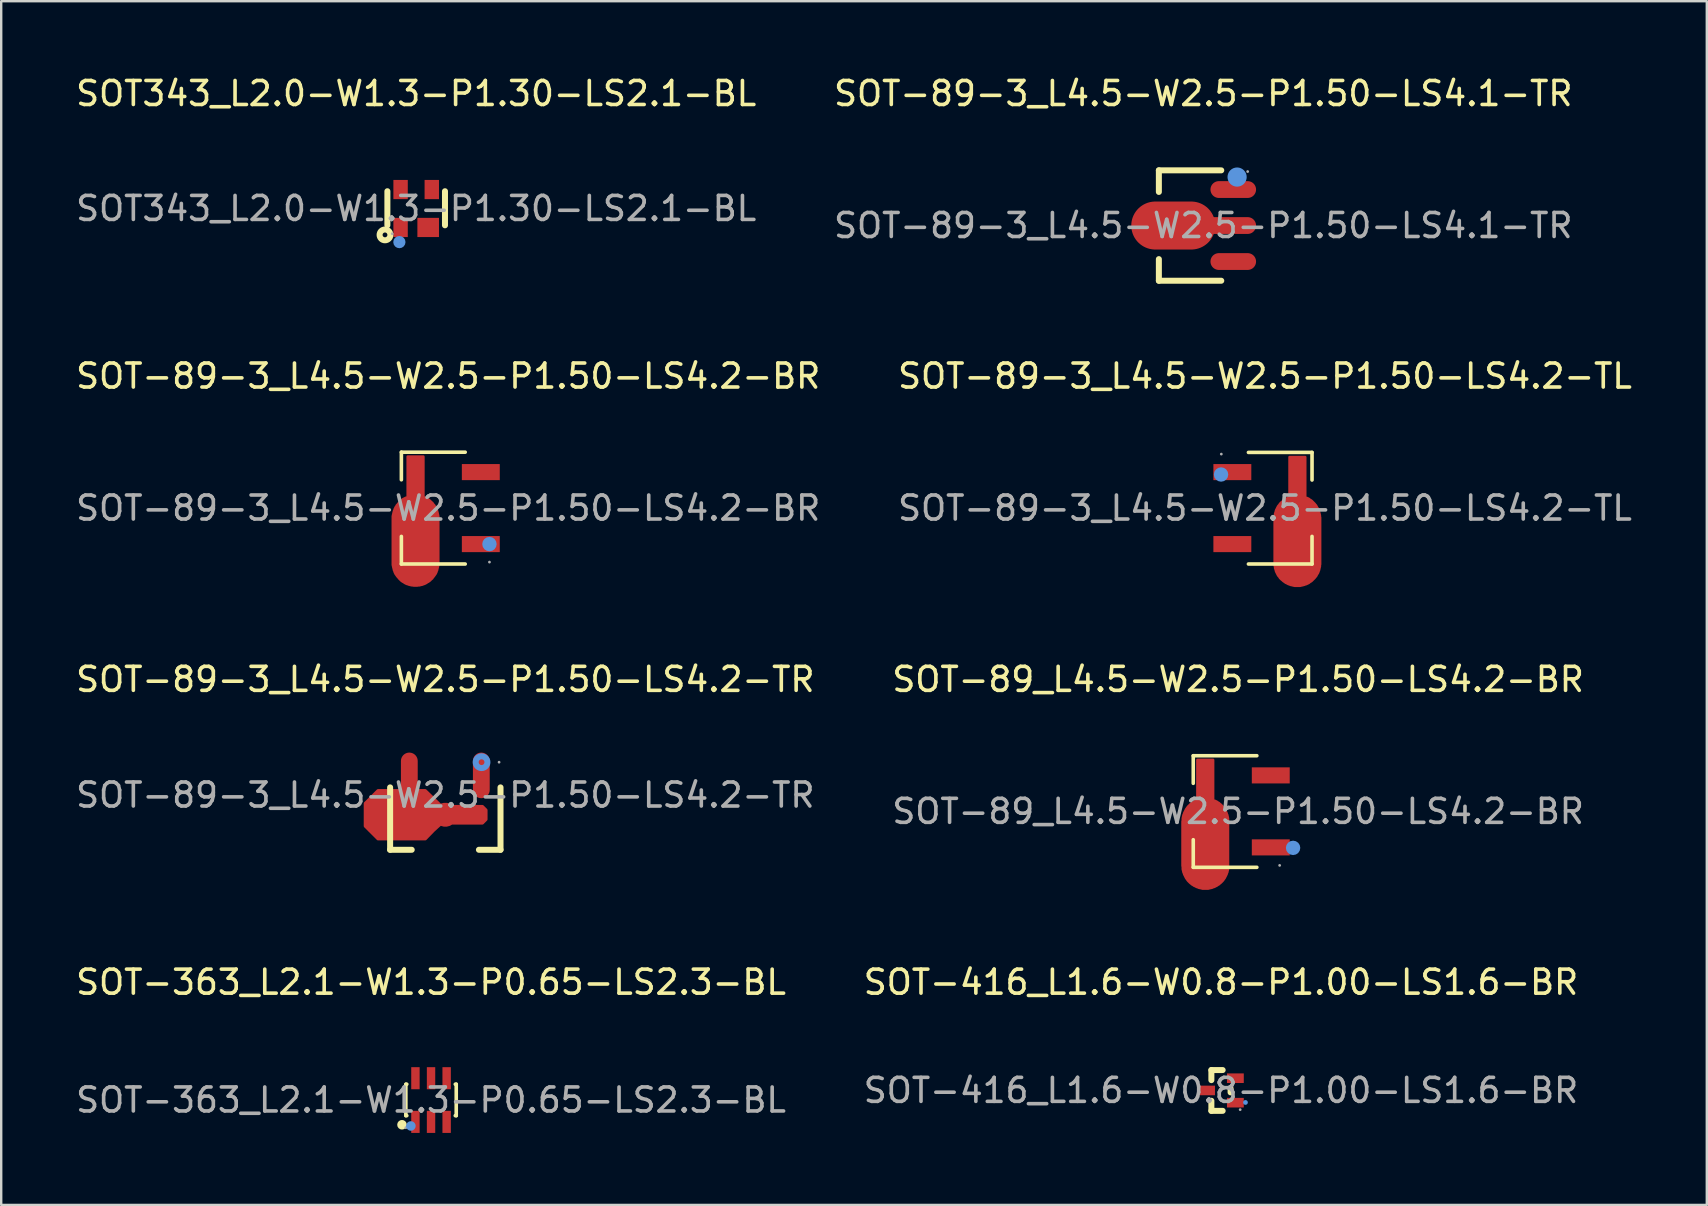
<source format=kicad_pcb>
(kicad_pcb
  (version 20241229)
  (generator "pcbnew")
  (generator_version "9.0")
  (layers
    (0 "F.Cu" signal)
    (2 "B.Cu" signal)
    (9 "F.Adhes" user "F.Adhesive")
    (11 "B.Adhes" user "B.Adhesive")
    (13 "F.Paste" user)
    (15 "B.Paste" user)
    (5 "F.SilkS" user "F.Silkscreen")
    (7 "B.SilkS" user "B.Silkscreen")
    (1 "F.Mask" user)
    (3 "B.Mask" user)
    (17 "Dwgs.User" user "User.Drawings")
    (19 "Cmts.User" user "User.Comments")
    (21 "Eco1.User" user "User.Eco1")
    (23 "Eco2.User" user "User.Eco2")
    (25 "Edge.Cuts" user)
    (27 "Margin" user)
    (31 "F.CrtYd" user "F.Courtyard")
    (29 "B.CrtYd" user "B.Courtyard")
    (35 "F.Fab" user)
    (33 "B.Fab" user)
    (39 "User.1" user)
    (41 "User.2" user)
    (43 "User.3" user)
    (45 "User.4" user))
  (footprint "SOT-89_L4.5-W2.5-P1.50-LS4.2-BR"
    (layer "F.Cu")
    (at 48.542 30.76)
    (property "Reference" "SOT-89_L4.5-W2.5-P1.50-LS4.2-BR" (at 0 -5.5 0) (layer "F.SilkS") (effects (font (size 1 1) (thickness 0.15))))
    (attr through_hole)
    (fp_line (start -1.87 -2.32) (end -1.87 -1.17) (stroke (width 0.15) (type solid)) (layer "F.SilkS"))
    (fp_line (start -1.87 2.33) (end -1.87 1.18) (stroke (width 0.15) (type solid)) (layer "F.SilkS"))
    (fp_line (start 0.78 -2.32) (end -1.87 -2.32) (stroke (width 0.15) (type solid)) (layer "F.SilkS"))
    (fp_line (start 0.78 2.33) (end -1.87 2.33) (stroke (width 0.15) (type solid)) (layer "F.SilkS"))
    (fp_circle (center 2.29 1.52) (end 2.44 1.52) (stroke (width 0.3) (type solid)) (fill no) (layer "Cmts.User"))
    (fp_circle (center 1.73 2.25) (end 1.76 2.25) (stroke (width 0.06) (type solid)) (fill no) (layer "F.Fab"))
    (fp_text user "${REFERENCE}" (at 0 0 0) (layer "F.Fab") (effects (font (size 1 1) (thickness 0.15))))
    (pad "1" smd rect (at 1.36 1.5) (size 1.58 0.67) (layers "F.Cu" "F.Mask" "F.Paste"))
    (pad "2" smd custom (at -1.36 -0.01 90) (size 1 1) (layers "F.Cu" "F.Mask" "F.Paste") (options (anchor circle)) (primitives (gr_poly (pts (xy -2.28 -0.96) (xy -0.43 -0.96) (xy -0.38 -0.95) (xy -0.34 -0.95) (xy -0.3 -0.95) (xy -0.25 -0.94) (xy -0.21 -0.93) (xy -0.16 -0.92) (xy -0.12 -0.9) (xy -0.08 -0.89) (xy -0.04 -0.87) (xy 0 -0.85) (xy 0.04 -0.83) (xy 0.08 -0.81) (xy 0.12 -0.78) (xy 0.15 -0.76) (xy 0.19 -0.73) (xy 0.22 -0.7) (xy 0.25 -0.67) (xy 0.28 -0.64) (xy 0.31 -0.6) (xy 0.34 -0.57) (xy 0.36 -0.53) (xy 0.39 -0.49) (xy 0.41 -0.45) (xy 0.43 -0.41) (xy 0.45 -0.34) (xy 2.14 -0.34) (xy 2.14 0.32) (xy 0.45 0.32) (xy 0.43 0.4) (xy 0.41 0.44) (xy 0.39 0.48) (xy 0.36 0.52) (xy 0.34 0.56) (xy 0.31 0.59) (xy 0.28 0.63) (xy 0.25 0.66) (xy 0.22 0.69) (xy 0.19 0.72) (xy 0.15 0.75) (xy 0.12 0.77) (xy 0.08 0.8) (xy 0.04 0.82) (xy 0 0.84) (xy -0.04 0.86) (xy -0.08 0.88) (xy -0.12 0.89) (xy -0.16 0.91) (xy -0.21 0.92) (xy -0.25 0.93) (xy -0.3 0.94) (xy -0.34 0.94) (xy -0.38 0.94) (xy -0.43 0.94) (xy -2.28 0.94) (xy -2.33 0.94) (xy -2.37 0.94) (xy -2.42 0.94) (xy -2.46 0.93) (xy -2.5 0.92) (xy -2.55 0.91) (xy -2.59 0.89) (xy -2.63 0.88) (xy -2.67 0.86) (xy -2.71 0.84) (xy -2.75 0.82) (xy -2.79 0.8) (xy -2.83 0.77) (xy -2.86 0.75) (xy -2.9 0.72) (xy -2.93 0.69) (xy -2.96 0.66) (xy -2.99 0.63) (xy -3.02 0.59) (xy -3.05 0.56) (xy -3.07 0.52) (xy -3.1 0.48) (xy -3.12 0.44) (xy -3.14 0.4) (xy -3.16 0.36) (xy -3.17 0.32) (xy -3.19 0.28) (xy -3.2 0.24) (xy -3.21 0.19) (xy -3.22 0.15) (xy -3.23 0.11) (xy -3.23 0.06) (xy -3.23 0.02) (xy -3.23 -0.03) (xy -3.23 -0.07) (xy -3.23 -0.12) (xy -3.22 -0.16) (xy -3.21 -0.2) (xy -3.2 -0.25) (xy -3.19 -0.29) (xy -3.17 -0.33) (xy -3.16 -0.37) (xy -3.14 -0.41) (xy -3.12 -0.45) (xy -3.1 -0.49) (xy -3.07 -0.53) (xy -3.05 -0.57) (xy -3.02 -0.6) (xy -2.99 -0.64) (xy -2.96 -0.67) (xy -2.93 -0.7) (xy -2.9 -0.73) (xy -2.86 -0.76) (xy -2.83 -0.78) (xy -2.79 -0.81) (xy -2.75 -0.83) (xy -2.71 -0.85) (xy -2.67 -0.87) (xy -2.63 -0.89) (xy -2.59 -0.9) (xy -2.55 -0.92) (xy -2.5 -0.93) (xy -2.46 -0.94) (xy -2.42 -0.95) (xy -2.37 -0.95) (xy -2.33 -0.95) (xy -2.28 -0.96)) (width 0.1) (fill yes))))
    (pad "3" smd rect (at 1.36 -1.5) (size 1.58 0.67) (layers "F.Cu" "F.Mask" "F.Paste")))
  (footprint "SOT-363_L2.1-W1.3-P0.65-LS2.3-BL"
    (layer "F.Cu")
    (at 14.911 42.788)
    (property "Reference" "SOT-363_L2.1-W1.3-P0.65-LS2.3-BL" (at 0 -4.91 0) (layer "F.SilkS") (effects (font (size 1 1) (thickness 0.15))))
    (attr through_hole)
    (fp_line (start -1.05 -0.66) (end -1.05 0.65) (stroke (width 0.15) (type solid)) (layer "F.SilkS"))
    (fp_line (start -1.05 0.65) (end -1.01 0.65) (stroke (width 0.15) (type solid)) (layer "F.SilkS"))
    (fp_line (start -1.01 -0.66) (end -1.04 -0.66) (stroke (width 0.15) (type solid)) (layer "F.SilkS"))
    (fp_line (start 1.01 0.65) (end 1.05 0.65) (stroke (width 0.15) (type solid)) (layer "F.SilkS"))
    (fp_line (start 1.05 -0.66) (end 1.01 -0.66) (stroke (width 0.15) (type solid)) (layer "F.SilkS"))
    (fp_line (start 1.05 0.65) (end 1.05 -0.66) (stroke (width 0.15) (type solid)) (layer "F.SilkS"))
    (fp_circle (center -1.21 1.03) (end -1.11 1.03) (stroke (width 0.2) (type solid)) (fill no) (layer "F.SilkS"))
    (fp_circle (center -0.84 1.08) (end -0.74 1.08) (stroke (width 0.2) (type solid)) (fill no) (layer "Cmts.User"))
    (fp_circle (center -1.05 1.15) (end -1.02 1.15) (stroke (width 0.06) (type solid)) (fill no) (layer "F.Fab"))
    (fp_text user "${REFERENCE}" (at 0 0 0) (layer "F.Fab") (effects (font (size 1 1) (thickness 0.15))))
    (pad "1" smd rect (at -0.65 0.91) (size 0.35 0.92) (layers "F.Cu" "F.Mask" "F.Paste"))
    (pad "2" smd rect (at 0 0.91) (size 0.35 0.92) (layers "F.Cu" "F.Mask" "F.Paste"))
    (pad "3" smd rect (at 0.65 0.91) (size 0.35 0.92) (layers "F.Cu" "F.Mask" "F.Paste"))
    (pad "4" smd rect (at 0.65 -0.91) (size 0.35 0.92) (layers "F.Cu" "F.Mask" "F.Paste"))
    (pad "5" smd rect (at 0 -0.91) (size 0.35 0.92) (layers "F.Cu" "F.Mask" "F.Paste"))
    (pad "6" smd rect (at -0.65 -0.91) (size 0.35 0.92) (layers "F.Cu" "F.Mask" "F.Paste")))
  (footprint "SOT343_L2.0-W1.3-P1.30-LS2.1-BL"
    (layer "F.Cu")
    (at 14.292 5.638)
    (property "Reference" "SOT343_L2.0-W1.3-P1.30-LS2.1-BL" (at 0 -4.79 0) (layer "F.SilkS") (effects (font (size 1 1) (thickness 0.15))))
    (attr through_hole)
    (fp_line (start -1.2 0.7) (end -1.2 -0.72) (stroke (width 0.25) (type solid)) (layer "F.SilkS"))
    (fp_line (start 1.2 0.7) (end 1.2 -0.72) (stroke (width 0.25) (type solid)) (layer "F.SilkS"))
    (fp_circle (center -1.3 1.1) (end -1.2 1.1) (stroke (width 0.25) (type solid)) (fill no) (layer "F.SilkS"))
    (fp_circle (center -0.7 1.4) (end -0.57 1.4) (stroke (width 0.25) (type solid)) (fill no) (layer "Cmts.User"))
    (fp_circle (center -1 1.05) (end -0.97 1.05) (stroke (width 0.06) (type solid)) (fill no) (layer "F.Fab"))
    (fp_text user "${REFERENCE}" (at 0 0 0) (layer "F.Fab") (effects (font (size 1 1) (thickness 0.15))))
    (pad "1" smd rect (at -0.65 0.79) (size 0.6 0.8) (layers "F.Cu" "F.Mask" "F.Paste"))
    (pad "2" smd rect (at 0.5 0.79) (size 0.9 0.8) (layers "F.Cu" "F.Mask" "F.Paste"))
    (pad "3" smd rect (at 0.65 -0.79) (size 0.6 0.8) (layers "F.Cu" "F.Mask" "F.Paste"))
    (pad "4" smd rect (at -0.65 -0.79) (size 0.6 0.8) (layers "F.Cu" "F.Mask" "F.Paste")))
  (footprint "SOT-89-3_L4.5-W2.5-P1.50-LS4.1-TR"
    (layer "F.Cu")
    (at 47.089 6.348)
    (property "Reference" "SOT-89-3_L4.5-W2.5-P1.50-LS4.1-TR" (at 0 -5.5 0) (layer "F.SilkS") (effects (font (size 1 1) (thickness 0.15))))
    (attr through_hole)
    (fp_line (start -1.85 -2.3) (end 0.75 -2.3) (stroke (width 0.25) (type solid)) (layer "F.SilkS"))
    (fp_line (start -1.85 -1.4) (end -1.85 -2.3) (stroke (width 0.25) (type solid)) (layer "F.SilkS"))
    (fp_line (start -1.85 2.3) (end -1.85 1.4) (stroke (width 0.25) (type solid)) (layer "F.SilkS"))
    (fp_line (start 0.75 2.3) (end -1.85 2.3) (stroke (width 0.25) (type solid)) (layer "F.SilkS"))
    (fp_circle (center 1.41 -2.02) (end 1.61 -2.02) (stroke (width 0.4) (type solid)) (fill no) (layer "Cmts.User"))
    (fp_circle (center 1.85 -2.25) (end 1.88 -2.25) (stroke (width 0.06) (type solid)) (fill no) (layer "F.Fab"))
    (fp_text user "${REFERENCE}" (at 0 0 0) (layer "F.Fab") (effects (font (size 1 1) (thickness 0.15))))
    (pad "1" smd oval (at 1.25 -1.5 270) (size 0.7 1.9) (layers "F.Cu" "F.Mask" "F.Paste"))
    (pad "2" smd oval (at -1.25 0 270) (size 2 3.5) (layers "F.Cu" "F.Mask" "F.Paste"))
    (pad "2" smd oval (at 1.15 0 270) (size 0.7 2.1) (layers "F.Cu" "F.Mask" "F.Paste"))
    (pad "3" smd oval (at 1.25 1.5 270) (size 0.7 1.9) (layers "F.Cu" "F.Mask" "F.Paste")))
  (footprint "SOT-89-3_L4.5-W2.5-P1.50-LS4.2-BR"
    (layer "F.Cu")
    (at 15.625 18.122)
    (property "Reference" "SOT-89-3_L4.5-W2.5-P1.50-LS4.2-BR" (at 0 -5.5 0) (layer "F.SilkS") (effects (font (size 1 1) (thickness 0.15))))
    (attr through_hole)
    (fp_line (start -1.95 -2.33) (end -1.95 -1.18) (stroke (width 0.15) (type solid)) (layer "F.SilkS"))
    (fp_line (start -1.95 2.33) (end -1.95 1.18) (stroke (width 0.15) (type solid)) (layer "F.SilkS"))
    (fp_line (start 0.71 -2.33) (end -1.95 -2.33) (stroke (width 0.15) (type solid)) (layer "F.SilkS"))
    (fp_line (start 0.71 2.33) (end -1.95 2.33) (stroke (width 0.15) (type solid)) (layer "F.SilkS"))
    (fp_circle (center 1.72 1.5) (end 1.87 1.5) (stroke (width 0.3) (type solid)) (fill no) (layer "Cmts.User"))
    (fp_circle (center 1.72 2.25) (end 1.75 2.25) (stroke (width 0.06) (type solid)) (fill no) (layer "F.Fab"))
    (fp_text user "${REFERENCE}" (at 0 0 0) (layer "F.Fab") (effects (font (size 1 1) (thickness 0.15))))
    (pad "1" smd rect (at 1.36 1.5) (size 1.58 0.67) (layers "F.Cu" "F.Mask" "F.Paste"))
    (pad "2" smd custom (at -1.36 0 90) (size 1 1) (layers "F.Cu" "F.Mask" "F.Paste") (options (anchor circle)) (primitives (gr_poly (pts (xy -2.28 -0.95) (xy -0.43 -0.95) (xy -0.38 -0.95) (xy -0.34 -0.95) (xy -0.29 -0.94) (xy -0.25 -0.93) (xy -0.2 -0.92) (xy -0.16 -0.91) (xy -0.12 -0.9) (xy -0.08 -0.88) (xy -0.04 -0.87) (xy 0 -0.85) (xy 0.04 -0.83) (xy 0.08 -0.8) (xy 0.12 -0.78) (xy 0.15 -0.75) (xy 0.19 -0.72) (xy 0.22 -0.69) (xy 0.25 -0.66) (xy 0.28 -0.63) (xy 0.31 -0.6) (xy 0.34 -0.56) (xy 0.37 -0.53) (xy 0.39 -0.49) (xy 0.41 -0.45) (xy 0.43 -0.41) (xy 0.45 -0.33) (xy 2.15 -0.33) (xy 2.15 0.33) (xy 0.45 0.33) (xy 0.43 0.41) (xy 0.41 0.45) (xy 0.39 0.49) (xy 0.37 0.53) (xy 0.34 0.56) (xy 0.31 0.6) (xy 0.28 0.63) (xy 0.25 0.66) (xy 0.22 0.7) (xy 0.19 0.72) (xy 0.15 0.75) (xy 0.12 0.78) (xy 0.08 0.8) (xy 0.04 0.83) (xy 0 0.85) (xy -0.04 0.87) (xy -0.08 0.88) (xy -0.12 0.9) (xy -0.16 0.91) (xy -0.2 0.92) (xy -0.25 0.93) (xy -0.29 0.94) (xy -0.34 0.95) (xy -0.38 0.95) (xy -0.43 0.95) (xy -2.28 0.95) (xy -2.32 0.95) (xy -2.37 0.95) (xy -2.41 0.94) (xy -2.46 0.93) (xy -2.5 0.92) (xy -2.54 0.91) (xy -2.59 0.9) (xy -2.63 0.88) (xy -2.67 0.87) (xy -2.71 0.85) (xy -2.75 0.83) (xy -2.79 0.8) (xy -2.82 0.78) (xy -2.86 0.75) (xy -2.89 0.72) (xy -2.93 0.7) (xy -2.96 0.66) (xy -2.99 0.63) (xy -3.02 0.6) (xy -3.05 0.56) (xy -3.07 0.53) (xy -3.09 0.49) (xy -3.12 0.45) (xy -3.14 0.41) (xy -3.16 0.37) (xy -3.17 0.33) (xy -3.19 0.29) (xy -3.2 0.24) (xy -3.21 0.2) (xy -3.22 0.16) (xy -3.22 0.11) (xy -3.23 0.07) (xy -3.23 0.02) (xy -3.23 -0.02) (xy -3.23 -0.07) (xy -3.22 -0.11) (xy -3.22 -0.15) (xy -3.21 -0.2) (xy -3.2 -0.24) (xy -3.19 -0.28) (xy -3.17 -0.33) (xy -3.16 -0.37) (xy -3.14 -0.41) (xy -3.12 -0.45) (xy -3.09 -0.49) (xy -3.07 -0.53) (xy -3.05 -0.56) (xy -3.02 -0.6) (xy -2.99 -0.63) (xy -2.96 -0.66) (xy -2.93 -0.69) (xy -2.89 -0.72) (xy -2.86 -0.75) (xy -2.82 -0.78) (xy -2.79 -0.8) (xy -2.75 -0.83) (xy -2.71 -0.85) (xy -2.67 -0.87) (xy -2.63 -0.88) (xy -2.59 -0.9) (xy -2.54 -0.91) (xy -2.5 -0.92) (xy -2.46 -0.93) (xy -2.41 -0.94) (xy -2.37 -0.95) (xy -2.32 -0.95) (xy -2.28 -0.95)) (width 0.1) (fill yes))))
    (pad "3" smd rect (at 1.36 -1.5) (size 1.58 0.67) (layers "F.Cu" "F.Mask" "F.Paste")))
  (footprint "SOT-416_L1.6-W0.8-P1.00-LS1.6-BR"
    (layer "F.Cu")
    (at 47.827 42.388)
    (property "Reference" "SOT-416_L1.6-W0.8-P1.00-LS1.6-BR" (at 0 -4.51 0) (layer "F.SilkS") (effects (font (size 1 1) (thickness 0.15))))
    (attr through_hole)
    (fp_line (start -0.4 -0.85) (end -0.4 -0.43) (stroke (width 0.25) (type solid)) (layer "F.SilkS"))
    (fp_line (start -0.4 -0.85) (end 0.07 -0.85) (stroke (width 0.25) (type solid)) (layer "F.SilkS"))
    (fp_line (start -0.4 0.43) (end -0.4 0.85) (stroke (width 0.25) (type solid)) (layer "F.SilkS"))
    (fp_line (start -0.4 0.85) (end 0.07 0.85) (stroke (width 0.25) (type solid)) (layer "F.SilkS"))
    (fp_line (start 0.4 -0.08) (end 0.4 0.08) (stroke (width 0.25) (type solid)) (layer "F.SilkS"))
    (fp_circle (center 1.02 0.5) (end 1.07 0.5) (stroke (width 0.1) (type solid)) (fill no) (layer "Cmts.User"))
    (fp_circle (center 0.8 0.8) (end 0.83 0.8) (stroke (width 0.06) (type solid)) (fill no) (layer "F.Fab"))
    (fp_text user "${REFERENCE}" (at 0 0 0) (layer "F.Fab") (effects (font (size 1 1) (thickness 0.15))))
    (pad "1" smd rect (at 0.6 0.51 90) (size 0.4 0.7) (layers "F.Cu" "F.Mask" "F.Paste"))
    (pad "2" smd rect (at 0.6 -0.51 90) (size 0.4 0.7) (layers "F.Cu" "F.Mask" "F.Paste"))
    (pad "3" smd rect (at -0.6 0 90) (size 0.4 0.7) (layers "F.Cu" "F.Mask" "F.Paste")))
  (footprint "SOT-89-3_L4.5-W2.5-P1.50-LS4.2-TR"
    (layer "F.Cu")
    (at 15.506 30.08)
    (property "Reference" "SOT-89-3_L4.5-W2.5-P1.50-LS4.2-TR" (at 0 -4.82 0) (layer "F.SilkS") (effects (font (size 1 1) (thickness 0.15))))
    (attr through_hole)
    (fp_line (start -2.3 2.28) (end -2.3 -0.32) (stroke (width 0.25) (type solid)) (layer "F.SilkS"))
    (fp_line (start -1.4 2.28) (end -2.3 2.28) (stroke (width 0.25) (type solid)) (layer "F.SilkS"))
    (fp_line (start 2.3 -0.32) (end 2.3 2.28) (stroke (width 0.25) (type solid)) (layer "F.SilkS"))
    (fp_line (start 2.3 2.28) (end 1.4 2.28) (stroke (width 0.25) (type solid)) (layer "F.SilkS"))
    (fp_circle (center 1.51 -1.37) (end 1.63 -1.37) (stroke (width 0.25) (type solid)) (fill no) (layer "Cmts.User"))
    (fp_circle (center 2.24 -1.37) (end 2.27 -1.37) (stroke (width 0.06) (type solid)) (fill no) (layer "F.Fab"))
    (fp_text user "${REFERENCE}" (at 0 0 0) (layer "F.Fab") (effects (font (size 1 1) (thickness 0.15))))
    (pad "1" smd oval (at 1.5 -0.82) (size 0.7 1.9) (layers "F.Cu" "F.Mask" "F.Paste"))
    (pad "2" smd custom (at 0 0.82 270) (size 1 1) (layers "F.Cu" "F.Mask" "F.Paste") (options (anchor circle)) (primitives (gr_poly (pts (xy 0.36 0) (xy 0.36 -1.48) (xy 0.36 -1.55) (xy 0.2 -1.71) (xy -0.2 -1.71) (xy -0.36 -1.55) (xy -0.36 0) (xy -0.36 0.15) (xy -1.02 0.83) (xy -1.02 2.54) (xy -1.02 2.81) (xy -0.48 3.35) (xy 0.48 3.35) (xy 1.02 2.81) (xy 1.02 0.83) (xy 0.66 0.48) (xy 0.36 0.15)) (width 0.1) (fill yes))))
    (pad "3" smd oval (at -1.5 -0.82) (size 0.7 1.9) (layers "F.Cu" "F.Mask" "F.Paste")))
  (footprint "SOT-89-3_L4.5-W2.5-P1.50-LS4.2-TL"
    (layer "F.Cu")
    (at 49.661 18.122)
    (property "Reference" "SOT-89-3_L4.5-W2.5-P1.50-LS4.2-TL" (at 0 -5.5 0) (layer "F.SilkS") (effects (font (size 1 1) (thickness 0.15))))
    (attr through_hole)
    (fp_line (start -0.69 -2.32) (end 1.96 -2.32) (stroke (width 0.15) (type solid)) (layer "F.SilkS"))
    (fp_line (start -0.69 2.33) (end 1.96 2.33) (stroke (width 0.15) (type solid)) (layer "F.SilkS"))
    (fp_line (start 1.96 -2.32) (end 1.96 -1.17) (stroke (width 0.15) (type solid)) (layer "F.SilkS"))
    (fp_line (start 1.96 2.33) (end 1.96 1.18) (stroke (width 0.15) (type solid)) (layer "F.SilkS"))
    (fp_circle (center -1.83 -1.4) (end -1.68 -1.4) (stroke (width 0.3) (type solid)) (fill no) (layer "Cmts.User"))
    (fp_circle (center -1.82 -2.25) (end -1.79 -2.25) (stroke (width 0.06) (type solid)) (fill no) (layer "F.Fab"))
    (fp_text user "${REFERENCE}" (at 0 0 0) (layer "F.Fab") (effects (font (size 1 1) (thickness 0.15))))
    (pad "1" smd rect (at -1.36 -1.5 180) (size 1.58 0.67) (layers "F.Cu" "F.Mask" "F.Paste"))
    (pad "2" smd custom (at 1.36 0.01 270) (size 1 1) (layers "F.Cu" "F.Mask" "F.Paste") (options (anchor circle)) (primitives (gr_poly (pts (xy 2.28 0.96) (xy 0.43 0.96) (xy 0.38 0.96) (xy 0.34 0.96) (xy 0.3 0.95) (xy 0.25 0.94) (xy 0.21 0.94) (xy 0.17 0.92) (xy 0.12 0.91) (xy 0.08 0.9) (xy 0.04 0.88) (xy 0 0.86) (xy -0.04 0.84) (xy -0.08 0.82) (xy -0.12 0.79) (xy -0.15 0.76) (xy -0.19 0.74) (xy -0.22 0.71) (xy -0.25 0.68) (xy -0.28 0.64) (xy -0.31 0.61) (xy -0.34 0.57) (xy -0.36 0.54) (xy -0.39 0.5) (xy -0.41 0.46) (xy -0.43 0.42) (xy -0.45 0.34) (xy -2.14 0.34) (xy -2.14 -0.32) (xy -0.45 -0.32) (xy -0.43 -0.4) (xy -0.41 -0.44) (xy -0.39 -0.48) (xy -0.36 -0.51) (xy -0.34 -0.55) (xy -0.31 -0.59) (xy -0.28 -0.62) (xy -0.25 -0.65) (xy -0.22 -0.68) (xy -0.19 -0.71) (xy -0.15 -0.74) (xy -0.12 -0.77) (xy -0.08 -0.79) (xy -0.04 -0.81) (xy 0 -0.84) (xy 0.04 -0.86) (xy 0.08 -0.87) (xy 0.12 -0.89) (xy 0.17 -0.9) (xy 0.21 -0.91) (xy 0.25 -0.92) (xy 0.3 -0.93) (xy 0.34 -0.93) (xy 0.38 -0.94) (xy 0.43 -0.94) (xy 2.28 -0.94) (xy 2.33 -0.94) (xy 2.37 -0.93) (xy 2.42 -0.93) (xy 2.46 -0.92) (xy 2.5 -0.91) (xy 2.55 -0.9) (xy 2.59 -0.89) (xy 2.63 -0.87) (xy 2.67 -0.86) (xy 2.71 -0.84) (xy 2.75 -0.81) (xy 2.79 -0.79) (xy 2.83 -0.77) (xy 2.86 -0.74) (xy 2.9 -0.71) (xy 2.93 -0.68) (xy 2.96 -0.65) (xy 2.99 -0.62) (xy 3.02 -0.59) (xy 3.05 -0.55) (xy 3.07 -0.51) (xy 3.1 -0.48) (xy 3.12 -0.44) (xy 3.14 -0.4) (xy 3.16 -0.36) (xy 3.17 -0.32) (xy 3.19 -0.27) (xy 3.2 -0.23) (xy 3.21 -0.19) (xy 3.22 -0.14) (xy 3.23 -0.1) (xy 3.23 -0.06) (xy 3.23 -0.01) (xy 3.23 0.03) (xy 3.23 0.08) (xy 3.23 0.12) (xy 3.22 0.17) (xy 3.21 0.21) (xy 3.2 0.25) (xy 3.19 0.3) (xy 3.17 0.34) (xy 3.16 0.38) (xy 3.14 0.42) (xy 3.12 0.46) (xy 3.1 0.5) (xy 3.07 0.54) (xy 3.05 0.57) (xy 3.02 0.61) (xy 2.99 0.64) (xy 2.96 0.68) (xy 2.93 0.71) (xy 2.9 0.74) (xy 2.86 0.76) (xy 2.83 0.79) (xy 2.79 0.82) (xy 2.75 0.84) (xy 2.71 0.86) (xy 2.67 0.88) (xy 2.63 0.9) (xy 2.59 0.91) (xy 2.55 0.92) (xy 2.5 0.94) (xy 2.46 0.94) (xy 2.42 0.95) (xy 2.37 0.96) (xy 2.33 0.96) (xy 2.28 0.96)) (width 0.1) (fill yes))))
    (pad "3" smd rect (at -1.36 1.5 180) (size 1.58 0.67) (layers "F.Cu" "F.Mask" "F.Paste")))
  (gr_rect
    (start -3 -3)
    (end 68.071 47.158)
    (stroke (width 0.1) (type default))
    (fill no)
    (layer "Edge.Cuts")))
</source>
